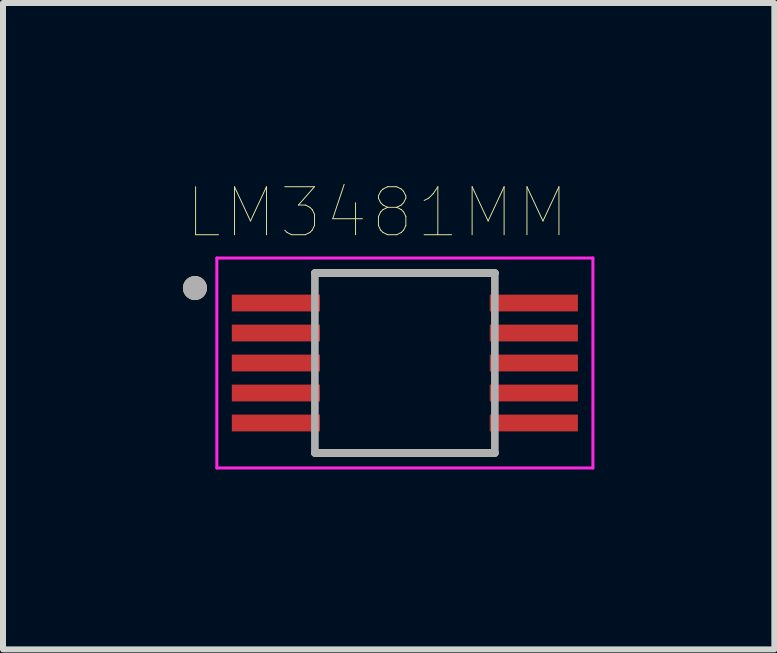
<source format=kicad_pcb>
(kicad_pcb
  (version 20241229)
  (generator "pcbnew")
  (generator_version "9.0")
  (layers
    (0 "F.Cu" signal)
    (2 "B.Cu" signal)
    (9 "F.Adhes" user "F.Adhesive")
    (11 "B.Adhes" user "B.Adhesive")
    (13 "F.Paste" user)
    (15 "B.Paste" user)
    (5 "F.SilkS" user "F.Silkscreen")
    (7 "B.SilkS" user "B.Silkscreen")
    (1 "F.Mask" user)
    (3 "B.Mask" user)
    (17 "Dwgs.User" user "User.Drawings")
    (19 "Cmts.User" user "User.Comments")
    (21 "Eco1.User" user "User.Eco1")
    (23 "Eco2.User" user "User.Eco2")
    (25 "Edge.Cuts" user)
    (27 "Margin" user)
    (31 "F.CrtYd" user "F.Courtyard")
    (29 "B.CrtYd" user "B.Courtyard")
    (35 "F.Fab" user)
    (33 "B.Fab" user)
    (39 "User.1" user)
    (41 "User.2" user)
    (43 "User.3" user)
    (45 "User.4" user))
  (footprint "LM3481MM"
    (layer "F.Cu")
    (at 3.7 3.002)
    (property "Reference" "LM3481MM" (at -0.46 -2.508 0) (layer "F.SilkS") (effects (font (size 0.8 0.8) (thickness 0.015))))
    (attr through_hole)
    (fp_line (start -1.5 -1.5) (end 1.5 -1.5) (stroke (width 0.127) (type solid)) (layer "F.SilkS"))
    (fp_line (start -1.5 1.5) (end 1.5 1.5) (stroke (width 0.127) (type solid)) (layer "F.SilkS"))
    (fp_circle (center -3.5 -1.25) (end -3.4 -1.25) (stroke (width 0.2) (type solid)) (fill no) (layer "F.SilkS"))
    (fp_line (start -3.135 -1.75) (end -3.135 1.75) (stroke (width 0.05) (type solid)) (layer "F.CrtYd"))
    (fp_line (start -3.135 -1.75) (end 3.135 -1.75) (stroke (width 0.05) (type solid)) (layer "F.CrtYd"))
    (fp_line (start -3.135 1.75) (end 3.135 1.75) (stroke (width 0.05) (type solid)) (layer "F.CrtYd"))
    (fp_line (start 3.135 -1.75) (end 3.135 1.75) (stroke (width 0.05) (type solid)) (layer "F.CrtYd"))
    (fp_line (start -1.5 -1.5) (end -1.5 1.5) (stroke (width 0.127) (type solid)) (layer "F.Fab"))
    (fp_line (start -1.5 -1.5) (end 1.5 -1.5) (stroke (width 0.127) (type solid)) (layer "F.Fab"))
    (fp_line (start -1.5 1.5) (end 1.5 1.5) (stroke (width 0.127) (type solid)) (layer "F.Fab"))
    (fp_line (start 1.5 -1.5) (end 1.5 1.5) (stroke (width 0.127) (type solid)) (layer "F.Fab"))
    (fp_circle (center -3.5 -1.25) (end -3.4 -1.25) (stroke (width 0.2) (type solid)) (fill no) (layer "F.Fab"))
    (pad "1" smd rect (at -2.15 -1) (size 1.47 0.28) (layers "F.Cu" "F.Mask" "F.Paste"))
    (pad "2" smd rect (at -2.15 -0.5) (size 1.47 0.28) (layers "F.Cu" "F.Mask" "F.Paste"))
    (pad "3" smd rect (at -2.15 0) (size 1.47 0.28) (layers "F.Cu" "F.Mask" "F.Paste"))
    (pad "4" smd rect (at -2.15 0.5) (size 1.47 0.28) (layers "F.Cu" "F.Mask" "F.Paste"))
    (pad "5" smd rect (at -2.15 1) (size 1.47 0.28) (layers "F.Cu" "F.Mask" "F.Paste"))
    (pad "6" smd rect (at 2.15 1) (size 1.47 0.28) (layers "F.Cu" "F.Mask" "F.Paste"))
    (pad "7" smd rect (at 2.15 0.5) (size 1.47 0.28) (layers "F.Cu" "F.Mask" "F.Paste"))
    (pad "8" smd rect (at 2.15 0) (size 1.47 0.28) (layers "F.Cu" "F.Mask" "F.Paste"))
    (pad "9" smd rect (at 2.15 -0.5) (size 1.47 0.28) (layers "F.Cu" "F.Mask" "F.Paste"))
    (pad "10" smd rect (at 2.15 -1) (size 1.47 0.28) (layers "F.Cu" "F.Mask" "F.Paste")))
  (gr_rect
    (start -3 -3)
    (end 9.86 7.777)
    (stroke (width 0.1) (type default))
    (fill no)
    (layer "Edge.Cuts")))
</source>
